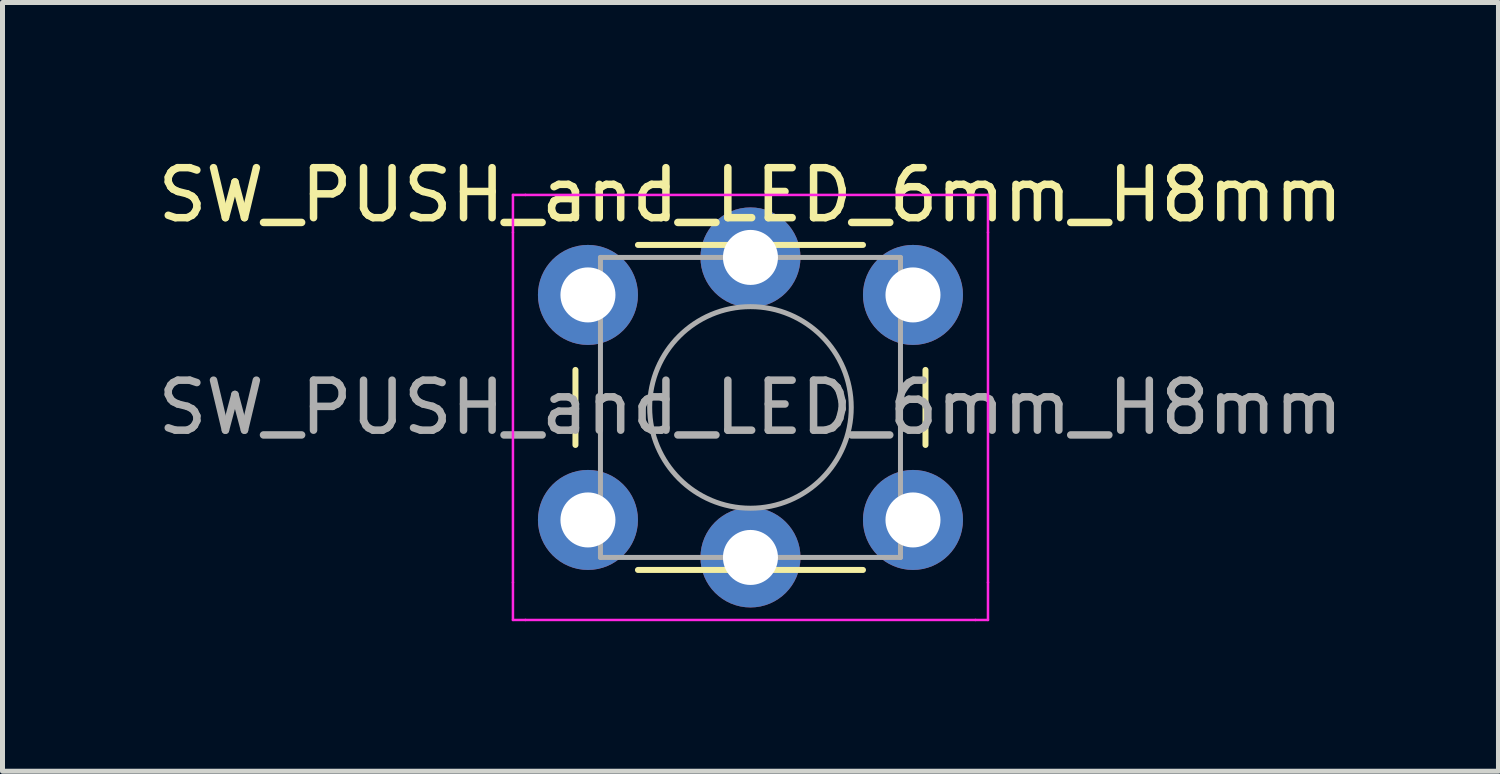
<source format=kicad_pcb>
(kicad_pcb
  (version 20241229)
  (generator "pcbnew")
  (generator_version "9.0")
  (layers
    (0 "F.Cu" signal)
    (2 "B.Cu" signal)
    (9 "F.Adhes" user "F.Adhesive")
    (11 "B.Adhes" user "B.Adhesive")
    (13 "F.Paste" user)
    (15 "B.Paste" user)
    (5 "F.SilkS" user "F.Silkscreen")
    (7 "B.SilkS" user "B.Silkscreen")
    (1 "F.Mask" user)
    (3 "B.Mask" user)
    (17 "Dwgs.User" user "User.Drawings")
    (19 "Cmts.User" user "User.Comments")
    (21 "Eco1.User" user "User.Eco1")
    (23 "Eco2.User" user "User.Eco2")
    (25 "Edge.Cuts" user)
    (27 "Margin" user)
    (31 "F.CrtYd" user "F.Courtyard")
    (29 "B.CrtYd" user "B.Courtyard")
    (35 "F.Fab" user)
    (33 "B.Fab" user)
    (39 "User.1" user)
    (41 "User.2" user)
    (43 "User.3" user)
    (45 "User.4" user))
  (footprint "SW_PUSH_and_LED_6mm_H8mm"
    (layer "F.Cu")
    (at 8.708 2.848)
    (property "Reference" "SW_PUSH_and_LED_6mm_H8mm" (at 3.25 -2 0) (layer "F.SilkS") (effects (font (size 1 1) (thickness 0.15))))
    (attr through_hole)
    (fp_line (start -0.25 1.5) (end -0.25 3) (stroke (width 0.12) (type solid)) (layer "F.SilkS"))
    (fp_line (start 1 5.5) (end 5.5 5.5) (stroke (width 0.12) (type solid)) (layer "F.SilkS"))
    (fp_line (start 5.5 -1) (end 1 -1) (stroke (width 0.12) (type solid)) (layer "F.SilkS"))
    (fp_line (start 6.75 3) (end 6.75 1.5) (stroke (width 0.12) (type solid)) (layer "F.SilkS"))
    (fp_line (start -1.5 -2) (end -1.25 -2) (stroke (width 0.05) (type solid)) (layer "F.CrtYd"))
    (fp_line (start -1.5 -1.25) (end -1.5 -2) (stroke (width 0.05) (type solid)) (layer "F.CrtYd"))
    (fp_line (start -1.5 5.75) (end -1.5 -1.25) (stroke (width 0.05) (type solid)) (layer "F.CrtYd"))
    (fp_line (start -1.5 5.75) (end -1.5 6.5) (stroke (width 0.05) (type solid)) (layer "F.CrtYd"))
    (fp_line (start -1.5 6.5) (end -1.25 6.5) (stroke (width 0.05) (type solid)) (layer "F.CrtYd"))
    (fp_line (start -1.25 -2) (end 7.75 -2) (stroke (width 0.05) (type solid)) (layer "F.CrtYd"))
    (fp_line (start 7.75 -2) (end 8 -2) (stroke (width 0.05) (type solid)) (layer "F.CrtYd"))
    (fp_line (start 7.75 6.5) (end -1.25 6.5) (stroke (width 0.05) (type solid)) (layer "F.CrtYd"))
    (fp_line (start 7.75 6.5) (end 8 6.5) (stroke (width 0.05) (type solid)) (layer "F.CrtYd"))
    (fp_line (start 8 -2) (end 8 -1.25) (stroke (width 0.05) (type solid)) (layer "F.CrtYd"))
    (fp_line (start 8 -1.25) (end 8 5.75) (stroke (width 0.05) (type solid)) (layer "F.CrtYd"))
    (fp_line (start 8 6.5) (end 8 5.75) (stroke (width 0.05) (type solid)) (layer "F.CrtYd"))
    (fp_line (start 0.25 -0.75) (end 3.25 -0.75) (stroke (width 0.1) (type solid)) (layer "F.Fab"))
    (fp_line (start 0.25 5.25) (end 0.25 -0.75) (stroke (width 0.1) (type solid)) (layer "F.Fab"))
    (fp_line (start 3.25 -0.75) (end 6.25 -0.75) (stroke (width 0.1) (type solid)) (layer "F.Fab"))
    (fp_line (start 6.25 -0.75) (end 6.25 5.25) (stroke (width 0.1) (type solid)) (layer "F.Fab"))
    (fp_line (start 6.25 5.25) (end 0.25 5.25) (stroke (width 0.1) (type solid)) (layer "F.Fab"))
    (fp_circle (center 3.25 2.25) (end 1.25 2.5) (stroke (width 0.1) (type solid)) (fill no) (layer "F.Fab"))
    (fp_text user "${REFERENCE}" (at 3.25 2.25 0) (layer "F.Fab") (effects (font (size 1 1) (thickness 0.15))))
    (pad "1" thru_hole circle (at 0 0 90) (size 2 2) (drill 1.1) (layers "*.Cu" "*.Mask"))
    (pad "1" thru_hole circle (at 6.5 0 90) (size 2 2) (drill 1.1) (layers "*.Cu" "*.Mask"))
    (pad "2" thru_hole circle (at 0 4.5 90) (size 2 2) (drill 1.1) (layers "*.Cu" "*.Mask"))
    (pad "2" thru_hole circle (at 6.5 4.5 90) (size 2 2) (drill 1.1) (layers "*.Cu" "*.Mask"))
    (pad "3" thru_hole circle (at 3.25 -0.75 90) (size 2 2) (drill 1.1) (layers "*.Cu" "*.Mask"))
    (pad "4" thru_hole circle (at 3.25 5.25 90) (size 2 2) (drill 1.1) (layers "*.Cu" "*.Mask")))
  (gr_rect
    (start -3 -3)
    (end 26.917 12.373)
    (stroke (width 0.1) (type default))
    (fill no)
    (layer "Edge.Cuts")))
</source>
